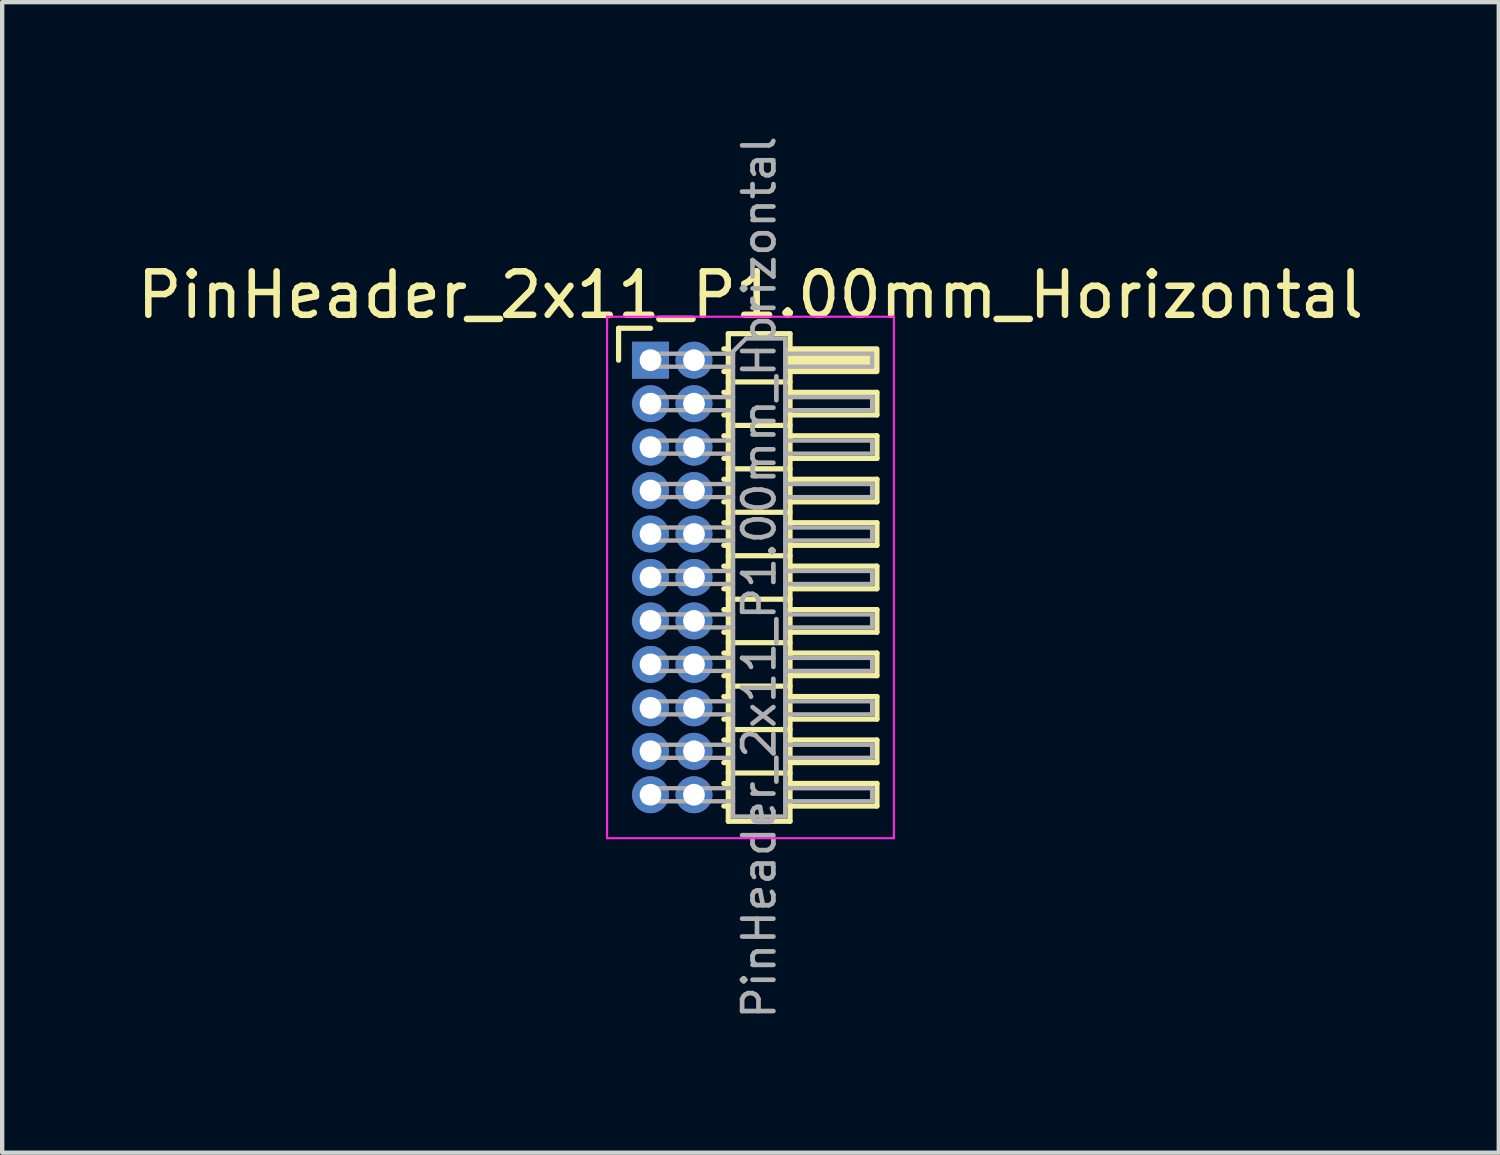
<source format=kicad_pcb>
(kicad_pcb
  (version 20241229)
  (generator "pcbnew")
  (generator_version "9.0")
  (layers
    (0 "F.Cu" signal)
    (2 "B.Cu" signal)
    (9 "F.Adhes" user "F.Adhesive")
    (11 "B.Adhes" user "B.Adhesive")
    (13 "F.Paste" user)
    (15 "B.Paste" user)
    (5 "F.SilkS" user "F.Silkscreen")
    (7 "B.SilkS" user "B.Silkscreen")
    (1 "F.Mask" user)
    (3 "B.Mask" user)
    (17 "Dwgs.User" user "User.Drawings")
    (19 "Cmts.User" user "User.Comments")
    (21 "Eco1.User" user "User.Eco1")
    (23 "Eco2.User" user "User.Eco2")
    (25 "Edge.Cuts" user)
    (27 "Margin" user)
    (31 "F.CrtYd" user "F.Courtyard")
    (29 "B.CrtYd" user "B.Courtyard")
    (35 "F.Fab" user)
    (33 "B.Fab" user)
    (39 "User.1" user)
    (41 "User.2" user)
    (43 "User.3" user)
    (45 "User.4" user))
  (footprint "PinHeader_2x11_P1.00mm_Horizontal"
    (layer "F.Cu")
    (at 11.92 5.239)
    (property "Reference" "PinHeader_2x11_P1.00mm_Horizontal" (at 2.3 -1.5 0) (layer "F.SilkS") (effects (font (size 1 1) (thickness 0.15))))
    (attr through_hole)
    (fp_line (start -0.735 -0.735) (end 0 -0.735) (stroke (width 0.12) (type solid)) (layer "F.SilkS"))
    (fp_line (start -0.735 0) (end -0.735 -0.735) (stroke (width 0.12) (type solid)) (layer "F.SilkS"))
    (fp_line (start 1.687 -0.26) (end 1.79 -0.26) (stroke (width 0.12) (type solid)) (layer "F.SilkS"))
    (fp_line (start 1.687 0.26) (end 1.79 0.26) (stroke (width 0.12) (type solid)) (layer "F.SilkS"))
    (fp_line (start 1.687 0.74) (end 1.79 0.74) (stroke (width 0.12) (type solid)) (layer "F.SilkS"))
    (fp_line (start 1.687 1.26) (end 1.79 1.26) (stroke (width 0.12) (type solid)) (layer "F.SilkS"))
    (fp_line (start 1.687 1.74) (end 1.79 1.74) (stroke (width 0.12) (type solid)) (layer "F.SilkS"))
    (fp_line (start 1.687 2.26) (end 1.79 2.26) (stroke (width 0.12) (type solid)) (layer "F.SilkS"))
    (fp_line (start 1.687 2.74) (end 1.79 2.74) (stroke (width 0.12) (type solid)) (layer "F.SilkS"))
    (fp_line (start 1.687 3.26) (end 1.79 3.26) (stroke (width 0.12) (type solid)) (layer "F.SilkS"))
    (fp_line (start 1.687 3.74) (end 1.79 3.74) (stroke (width 0.12) (type solid)) (layer "F.SilkS"))
    (fp_line (start 1.687 4.26) (end 1.79 4.26) (stroke (width 0.12) (type solid)) (layer "F.SilkS"))
    (fp_line (start 1.687 4.74) (end 1.79 4.74) (stroke (width 0.12) (type solid)) (layer "F.SilkS"))
    (fp_line (start 1.687 5.26) (end 1.79 5.26) (stroke (width 0.12) (type solid)) (layer "F.SilkS"))
    (fp_line (start 1.687 5.74) (end 1.79 5.74) (stroke (width 0.12) (type solid)) (layer "F.SilkS"))
    (fp_line (start 1.687 6.26) (end 1.79 6.26) (stroke (width 0.12) (type solid)) (layer "F.SilkS"))
    (fp_line (start 1.687 6.74) (end 1.79 6.74) (stroke (width 0.12) (type solid)) (layer "F.SilkS"))
    (fp_line (start 1.687 7.26) (end 1.79 7.26) (stroke (width 0.12) (type solid)) (layer "F.SilkS"))
    (fp_line (start 1.687 7.74) (end 1.79 7.74) (stroke (width 0.12) (type solid)) (layer "F.SilkS"))
    (fp_line (start 1.687 8.26) (end 1.79 8.26) (stroke (width 0.12) (type solid)) (layer "F.SilkS"))
    (fp_line (start 1.687 8.74) (end 1.79 8.74) (stroke (width 0.12) (type solid)) (layer "F.SilkS"))
    (fp_line (start 1.687 9.26) (end 1.79 9.26) (stroke (width 0.12) (type solid)) (layer "F.SilkS"))
    (fp_line (start 1.687 9.74) (end 1.79 9.74) (stroke (width 0.12) (type solid)) (layer "F.SilkS"))
    (fp_line (start 1.687 10.26) (end 1.79 10.26) (stroke (width 0.12) (type solid)) (layer "F.SilkS"))
    (fp_line (start 1.79 -0.61) (end 1.79 10.61) (stroke (width 0.12) (type solid)) (layer "F.SilkS"))
    (fp_line (start 1.79 0.5) (end 3.21 0.5) (stroke (width 0.12) (type solid)) (layer "F.SilkS"))
    (fp_line (start 1.79 1.5) (end 3.21 1.5) (stroke (width 0.12) (type solid)) (layer "F.SilkS"))
    (fp_line (start 1.79 2.5) (end 3.21 2.5) (stroke (width 0.12) (type solid)) (layer "F.SilkS"))
    (fp_line (start 1.79 3.5) (end 3.21 3.5) (stroke (width 0.12) (type solid)) (layer "F.SilkS"))
    (fp_line (start 1.79 4.5) (end 3.21 4.5) (stroke (width 0.12) (type solid)) (layer "F.SilkS"))
    (fp_line (start 1.79 5.5) (end 3.21 5.5) (stroke (width 0.12) (type solid)) (layer "F.SilkS"))
    (fp_line (start 1.79 6.5) (end 3.21 6.5) (stroke (width 0.12) (type solid)) (layer "F.SilkS"))
    (fp_line (start 1.79 7.5) (end 3.21 7.5) (stroke (width 0.12) (type solid)) (layer "F.SilkS"))
    (fp_line (start 1.79 8.5) (end 3.21 8.5) (stroke (width 0.12) (type solid)) (layer "F.SilkS"))
    (fp_line (start 1.79 9.5) (end 3.21 9.5) (stroke (width 0.12) (type solid)) (layer "F.SilkS"))
    (fp_line (start 1.79 10.61) (end 3.21 10.61) (stroke (width 0.12) (type solid)) (layer "F.SilkS"))
    (fp_line (start 3.21 -0.61) (end 1.79 -0.61) (stroke (width 0.12) (type solid)) (layer "F.SilkS"))
    (fp_line (start 3.21 0.74) (end 5.21 0.74) (stroke (width 0.12) (type solid)) (layer "F.SilkS"))
    (fp_line (start 3.21 1.74) (end 5.21 1.74) (stroke (width 0.12) (type solid)) (layer "F.SilkS"))
    (fp_line (start 3.21 2.74) (end 5.21 2.74) (stroke (width 0.12) (type solid)) (layer "F.SilkS"))
    (fp_line (start 3.21 3.74) (end 5.21 3.74) (stroke (width 0.12) (type solid)) (layer "F.SilkS"))
    (fp_line (start 3.21 4.74) (end 5.21 4.74) (stroke (width 0.12) (type solid)) (layer "F.SilkS"))
    (fp_line (start 3.21 5.74) (end 5.21 5.74) (stroke (width 0.12) (type solid)) (layer "F.SilkS"))
    (fp_line (start 3.21 6.74) (end 5.21 6.74) (stroke (width 0.12) (type solid)) (layer "F.SilkS"))
    (fp_line (start 3.21 7.74) (end 5.21 7.74) (stroke (width 0.12) (type solid)) (layer "F.SilkS"))
    (fp_line (start 3.21 8.74) (end 5.21 8.74) (stroke (width 0.12) (type solid)) (layer "F.SilkS"))
    (fp_line (start 3.21 9.74) (end 5.21 9.74) (stroke (width 0.12) (type solid)) (layer "F.SilkS"))
    (fp_line (start 3.21 10.61) (end 3.21 -0.61) (stroke (width 0.12) (type solid)) (layer "F.SilkS"))
    (fp_line (start 5.21 0.74) (end 5.21 1.26) (stroke (width 0.12) (type solid)) (layer "F.SilkS"))
    (fp_line (start 5.21 1.26) (end 3.21 1.26) (stroke (width 0.12) (type solid)) (layer "F.SilkS"))
    (fp_line (start 5.21 1.74) (end 5.21 2.26) (stroke (width 0.12) (type solid)) (layer "F.SilkS"))
    (fp_line (start 5.21 2.26) (end 3.21 2.26) (stroke (width 0.12) (type solid)) (layer "F.SilkS"))
    (fp_line (start 5.21 2.74) (end 5.21 3.26) (stroke (width 0.12) (type solid)) (layer "F.SilkS"))
    (fp_line (start 5.21 3.26) (end 3.21 3.26) (stroke (width 0.12) (type solid)) (layer "F.SilkS"))
    (fp_line (start 5.21 3.74) (end 5.21 4.26) (stroke (width 0.12) (type solid)) (layer "F.SilkS"))
    (fp_line (start 5.21 4.26) (end 3.21 4.26) (stroke (width 0.12) (type solid)) (layer "F.SilkS"))
    (fp_line (start 5.21 4.74) (end 5.21 5.26) (stroke (width 0.12) (type solid)) (layer "F.SilkS"))
    (fp_line (start 5.21 5.26) (end 3.21 5.26) (stroke (width 0.12) (type solid)) (layer "F.SilkS"))
    (fp_line (start 5.21 5.74) (end 5.21 6.26) (stroke (width 0.12) (type solid)) (layer "F.SilkS"))
    (fp_line (start 5.21 6.26) (end 3.21 6.26) (stroke (width 0.12) (type solid)) (layer "F.SilkS"))
    (fp_line (start 5.21 6.74) (end 5.21 7.26) (stroke (width 0.12) (type solid)) (layer "F.SilkS"))
    (fp_line (start 5.21 7.26) (end 3.21 7.26) (stroke (width 0.12) (type solid)) (layer "F.SilkS"))
    (fp_line (start 5.21 7.74) (end 5.21 8.26) (stroke (width 0.12) (type solid)) (layer "F.SilkS"))
    (fp_line (start 5.21 8.26) (end 3.21 8.26) (stroke (width 0.12) (type solid)) (layer "F.SilkS"))
    (fp_line (start 5.21 8.74) (end 5.21 9.26) (stroke (width 0.12) (type solid)) (layer "F.SilkS"))
    (fp_line (start 5.21 9.26) (end 3.21 9.26) (stroke (width 0.12) (type solid)) (layer "F.SilkS"))
    (fp_line (start 5.21 9.74) (end 5.21 10.26) (stroke (width 0.12) (type solid)) (layer "F.SilkS"))
    (fp_line (start 5.21 10.26) (end 3.21 10.26) (stroke (width 0.12) (type solid)) (layer "F.SilkS"))
    (fp_rect (start 3.21 -0.26) (end 5.21 0.26) (stroke (width 0.12) (type solid)) (fill yes) (layer "F.SilkS"))
    (fp_line (start -1 -1) (end -1 11) (stroke (width 0.05) (type solid)) (layer "F.CrtYd"))
    (fp_line (start -1 11) (end 5.6 11) (stroke (width 0.05) (type solid)) (layer "F.CrtYd"))
    (fp_line (start 5.6 -1) (end -1 -1) (stroke (width 0.05) (type solid)) (layer "F.CrtYd"))
    (fp_line (start 5.6 11) (end 5.6 -1) (stroke (width 0.05) (type solid)) (layer "F.CrtYd"))
    (fp_line (start -0.15 -0.15) (end -0.15 0.15) (stroke (width 0.1) (type solid)) (layer "F.Fab"))
    (fp_line (start -0.15 -0.15) (end 1.9 -0.15) (stroke (width 0.1) (type solid)) (layer "F.Fab"))
    (fp_line (start -0.15 0.15) (end 1.9 0.15) (stroke (width 0.1) (type solid)) (layer "F.Fab"))
    (fp_line (start -0.15 0.85) (end -0.15 1.15) (stroke (width 0.1) (type solid)) (layer "F.Fab"))
    (fp_line (start -0.15 0.85) (end 1.9 0.85) (stroke (width 0.1) (type solid)) (layer "F.Fab"))
    (fp_line (start -0.15 1.15) (end 1.9 1.15) (stroke (width 0.1) (type solid)) (layer "F.Fab"))
    (fp_line (start -0.15 1.85) (end -0.15 2.15) (stroke (width 0.1) (type solid)) (layer "F.Fab"))
    (fp_line (start -0.15 1.85) (end 1.9 1.85) (stroke (width 0.1) (type solid)) (layer "F.Fab"))
    (fp_line (start -0.15 2.15) (end 1.9 2.15) (stroke (width 0.1) (type solid)) (layer "F.Fab"))
    (fp_line (start -0.15 2.85) (end -0.15 3.15) (stroke (width 0.1) (type solid)) (layer "F.Fab"))
    (fp_line (start -0.15 2.85) (end 1.9 2.85) (stroke (width 0.1) (type solid)) (layer "F.Fab"))
    (fp_line (start -0.15 3.15) (end 1.9 3.15) (stroke (width 0.1) (type solid)) (layer "F.Fab"))
    (fp_line (start -0.15 3.85) (end -0.15 4.15) (stroke (width 0.1) (type solid)) (layer "F.Fab"))
    (fp_line (start -0.15 3.85) (end 1.9 3.85) (stroke (width 0.1) (type solid)) (layer "F.Fab"))
    (fp_line (start -0.15 4.15) (end 1.9 4.15) (stroke (width 0.1) (type solid)) (layer "F.Fab"))
    (fp_line (start -0.15 4.85) (end -0.15 5.15) (stroke (width 0.1) (type solid)) (layer "F.Fab"))
    (fp_line (start -0.15 4.85) (end 1.9 4.85) (stroke (width 0.1) (type solid)) (layer "F.Fab"))
    (fp_line (start -0.15 5.15) (end 1.9 5.15) (stroke (width 0.1) (type solid)) (layer "F.Fab"))
    (fp_line (start -0.15 5.85) (end -0.15 6.15) (stroke (width 0.1) (type solid)) (layer "F.Fab"))
    (fp_line (start -0.15 5.85) (end 1.9 5.85) (stroke (width 0.1) (type solid)) (layer "F.Fab"))
    (fp_line (start -0.15 6.15) (end 1.9 6.15) (stroke (width 0.1) (type solid)) (layer "F.Fab"))
    (fp_line (start -0.15 6.85) (end -0.15 7.15) (stroke (width 0.1) (type solid)) (layer "F.Fab"))
    (fp_line (start -0.15 6.85) (end 1.9 6.85) (stroke (width 0.1) (type solid)) (layer "F.Fab"))
    (fp_line (start -0.15 7.15) (end 1.9 7.15) (stroke (width 0.1) (type solid)) (layer "F.Fab"))
    (fp_line (start -0.15 7.85) (end -0.15 8.15) (stroke (width 0.1) (type solid)) (layer "F.Fab"))
    (fp_line (start -0.15 7.85) (end 1.9 7.85) (stroke (width 0.1) (type solid)) (layer "F.Fab"))
    (fp_line (start -0.15 8.15) (end 1.9 8.15) (stroke (width 0.1) (type solid)) (layer "F.Fab"))
    (fp_line (start -0.15 8.85) (end -0.15 9.15) (stroke (width 0.1) (type solid)) (layer "F.Fab"))
    (fp_line (start -0.15 8.85) (end 1.9 8.85) (stroke (width 0.1) (type solid)) (layer "F.Fab"))
    (fp_line (start -0.15 9.15) (end 1.9 9.15) (stroke (width 0.1) (type solid)) (layer "F.Fab"))
    (fp_line (start -0.15 9.85) (end -0.15 10.15) (stroke (width 0.1) (type solid)) (layer "F.Fab"))
    (fp_line (start -0.15 9.85) (end 1.9 9.85) (stroke (width 0.1) (type solid)) (layer "F.Fab"))
    (fp_line (start -0.15 10.15) (end 1.9 10.15) (stroke (width 0.1) (type solid)) (layer "F.Fab"))
    (fp_line (start 1.9 -0.2) (end 2.2 -0.5) (stroke (width 0.1) (type solid)) (layer "F.Fab"))
    (fp_line (start 1.9 10.5) (end 1.9 -0.2) (stroke (width 0.1) (type solid)) (layer "F.Fab"))
    (fp_line (start 2.2 -0.5) (end 3.1 -0.5) (stroke (width 0.1) (type solid)) (layer "F.Fab"))
    (fp_line (start 3.1 -0.5) (end 3.1 10.5) (stroke (width 0.1) (type solid)) (layer "F.Fab"))
    (fp_line (start 3.1 -0.15) (end 5.1 -0.15) (stroke (width 0.1) (type solid)) (layer "F.Fab"))
    (fp_line (start 3.1 0.15) (end 5.1 0.15) (stroke (width 0.1) (type solid)) (layer "F.Fab"))
    (fp_line (start 3.1 0.85) (end 5.1 0.85) (stroke (width 0.1) (type solid)) (layer "F.Fab"))
    (fp_line (start 3.1 1.15) (end 5.1 1.15) (stroke (width 0.1) (type solid)) (layer "F.Fab"))
    (fp_line (start 3.1 1.85) (end 5.1 1.85) (stroke (width 0.1) (type solid)) (layer "F.Fab"))
    (fp_line (start 3.1 2.15) (end 5.1 2.15) (stroke (width 0.1) (type solid)) (layer "F.Fab"))
    (fp_line (start 3.1 2.85) (end 5.1 2.85) (stroke (width 0.1) (type solid)) (layer "F.Fab"))
    (fp_line (start 3.1 3.15) (end 5.1 3.15) (stroke (width 0.1) (type solid)) (layer "F.Fab"))
    (fp_line (start 3.1 3.85) (end 5.1 3.85) (stroke (width 0.1) (type solid)) (layer "F.Fab"))
    (fp_line (start 3.1 4.15) (end 5.1 4.15) (stroke (width 0.1) (type solid)) (layer "F.Fab"))
    (fp_line (start 3.1 4.85) (end 5.1 4.85) (stroke (width 0.1) (type solid)) (layer "F.Fab"))
    (fp_line (start 3.1 5.15) (end 5.1 5.15) (stroke (width 0.1) (type solid)) (layer "F.Fab"))
    (fp_line (start 3.1 5.85) (end 5.1 5.85) (stroke (width 0.1) (type solid)) (layer "F.Fab"))
    (fp_line (start 3.1 6.15) (end 5.1 6.15) (stroke (width 0.1) (type solid)) (layer "F.Fab"))
    (fp_line (start 3.1 6.85) (end 5.1 6.85) (stroke (width 0.1) (type solid)) (layer "F.Fab"))
    (fp_line (start 3.1 7.15) (end 5.1 7.15) (stroke (width 0.1) (type solid)) (layer "F.Fab"))
    (fp_line (start 3.1 7.85) (end 5.1 7.85) (stroke (width 0.1) (type solid)) (layer "F.Fab"))
    (fp_line (start 3.1 8.15) (end 5.1 8.15) (stroke (width 0.1) (type solid)) (layer "F.Fab"))
    (fp_line (start 3.1 8.85) (end 5.1 8.85) (stroke (width 0.1) (type solid)) (layer "F.Fab"))
    (fp_line (start 3.1 9.15) (end 5.1 9.15) (stroke (width 0.1) (type solid)) (layer "F.Fab"))
    (fp_line (start 3.1 9.85) (end 5.1 9.85) (stroke (width 0.1) (type solid)) (layer "F.Fab"))
    (fp_line (start 3.1 10.15) (end 5.1 10.15) (stroke (width 0.1) (type solid)) (layer "F.Fab"))
    (fp_line (start 3.1 10.5) (end 1.9 10.5) (stroke (width 0.1) (type solid)) (layer "F.Fab"))
    (fp_line (start 5.1 -0.15) (end 5.1 0.15) (stroke (width 0.1) (type solid)) (layer "F.Fab"))
    (fp_line (start 5.1 0.85) (end 5.1 1.15) (stroke (width 0.1) (type solid)) (layer "F.Fab"))
    (fp_line (start 5.1 1.85) (end 5.1 2.15) (stroke (width 0.1) (type solid)) (layer "F.Fab"))
    (fp_line (start 5.1 2.85) (end 5.1 3.15) (stroke (width 0.1) (type solid)) (layer "F.Fab"))
    (fp_line (start 5.1 3.85) (end 5.1 4.15) (stroke (width 0.1) (type solid)) (layer "F.Fab"))
    (fp_line (start 5.1 4.85) (end 5.1 5.15) (stroke (width 0.1) (type solid)) (layer "F.Fab"))
    (fp_line (start 5.1 5.85) (end 5.1 6.15) (stroke (width 0.1) (type solid)) (layer "F.Fab"))
    (fp_line (start 5.1 6.85) (end 5.1 7.15) (stroke (width 0.1) (type solid)) (layer "F.Fab"))
    (fp_line (start 5.1 7.85) (end 5.1 8.15) (stroke (width 0.1) (type solid)) (layer "F.Fab"))
    (fp_line (start 5.1 8.85) (end 5.1 9.15) (stroke (width 0.1) (type solid)) (layer "F.Fab"))
    (fp_line (start 5.1 9.85) (end 5.1 10.15) (stroke (width 0.1) (type solid)) (layer "F.Fab"))
    (fp_text user "${REFERENCE}" (at 2.5 5 90) (layer "F.Fab") (effects (font (size 0.72 0.72) (thickness 0.108))))
    (pad "1" thru_hole rect (at 0 0) (size 0.85 0.85) (drill 0.5) (layers "*.Cu" "*.Mask"))
    (pad "2" thru_hole circle (at 1 0) (size 0.85 0.85) (drill 0.5) (layers "*.Cu" "*.Mask"))
    (pad "3" thru_hole circle (at 0 1) (size 0.85 0.85) (drill 0.5) (layers "*.Cu" "*.Mask"))
    (pad "4" thru_hole circle (at 1 1) (size 0.85 0.85) (drill 0.5) (layers "*.Cu" "*.Mask"))
    (pad "5" thru_hole circle (at 0 2) (size 0.85 0.85) (drill 0.5) (layers "*.Cu" "*.Mask"))
    (pad "6" thru_hole circle (at 1 2) (size 0.85 0.85) (drill 0.5) (layers "*.Cu" "*.Mask"))
    (pad "7" thru_hole circle (at 0 3) (size 0.85 0.85) (drill 0.5) (layers "*.Cu" "*.Mask"))
    (pad "8" thru_hole circle (at 1 3) (size 0.85 0.85) (drill 0.5) (layers "*.Cu" "*.Mask"))
    (pad "9" thru_hole circle (at 0 4) (size 0.85 0.85) (drill 0.5) (layers "*.Cu" "*.Mask"))
    (pad "10" thru_hole circle (at 1 4) (size 0.85 0.85) (drill 0.5) (layers "*.Cu" "*.Mask"))
    (pad "11" thru_hole circle (at 0 5) (size 0.85 0.85) (drill 0.5) (layers "*.Cu" "*.Mask"))
    (pad "12" thru_hole circle (at 1 5) (size 0.85 0.85) (drill 0.5) (layers "*.Cu" "*.Mask"))
    (pad "13" thru_hole circle (at 0 6) (size 0.85 0.85) (drill 0.5) (layers "*.Cu" "*.Mask"))
    (pad "14" thru_hole circle (at 1 6) (size 0.85 0.85) (drill 0.5) (layers "*.Cu" "*.Mask"))
    (pad "15" thru_hole circle (at 0 7) (size 0.85 0.85) (drill 0.5) (layers "*.Cu" "*.Mask"))
    (pad "16" thru_hole circle (at 1 7) (size 0.85 0.85) (drill 0.5) (layers "*.Cu" "*.Mask"))
    (pad "17" thru_hole circle (at 0 8) (size 0.85 0.85) (drill 0.5) (layers "*.Cu" "*.Mask"))
    (pad "18" thru_hole circle (at 1 8) (size 0.85 0.85) (drill 0.5) (layers "*.Cu" "*.Mask"))
    (pad "19" thru_hole circle (at 0 9) (size 0.85 0.85) (drill 0.5) (layers "*.Cu" "*.Mask"))
    (pad "20" thru_hole circle (at 1 9) (size 0.85 0.85) (drill 0.5) (layers "*.Cu" "*.Mask"))
    (pad "21" thru_hole circle (at 0 10) (size 0.85 0.85) (drill 0.5) (layers "*.Cu" "*.Mask"))
    (pad "22" thru_hole circle (at 1 10) (size 0.85 0.85) (drill 0.5) (layers "*.Cu" "*.Mask")))
  (gr_rect
    (start -3 -3)
    (end 31.44 23.477)
    (stroke (width 0.1) (type default))
    (fill no)
    (layer "Edge.Cuts")))
</source>
